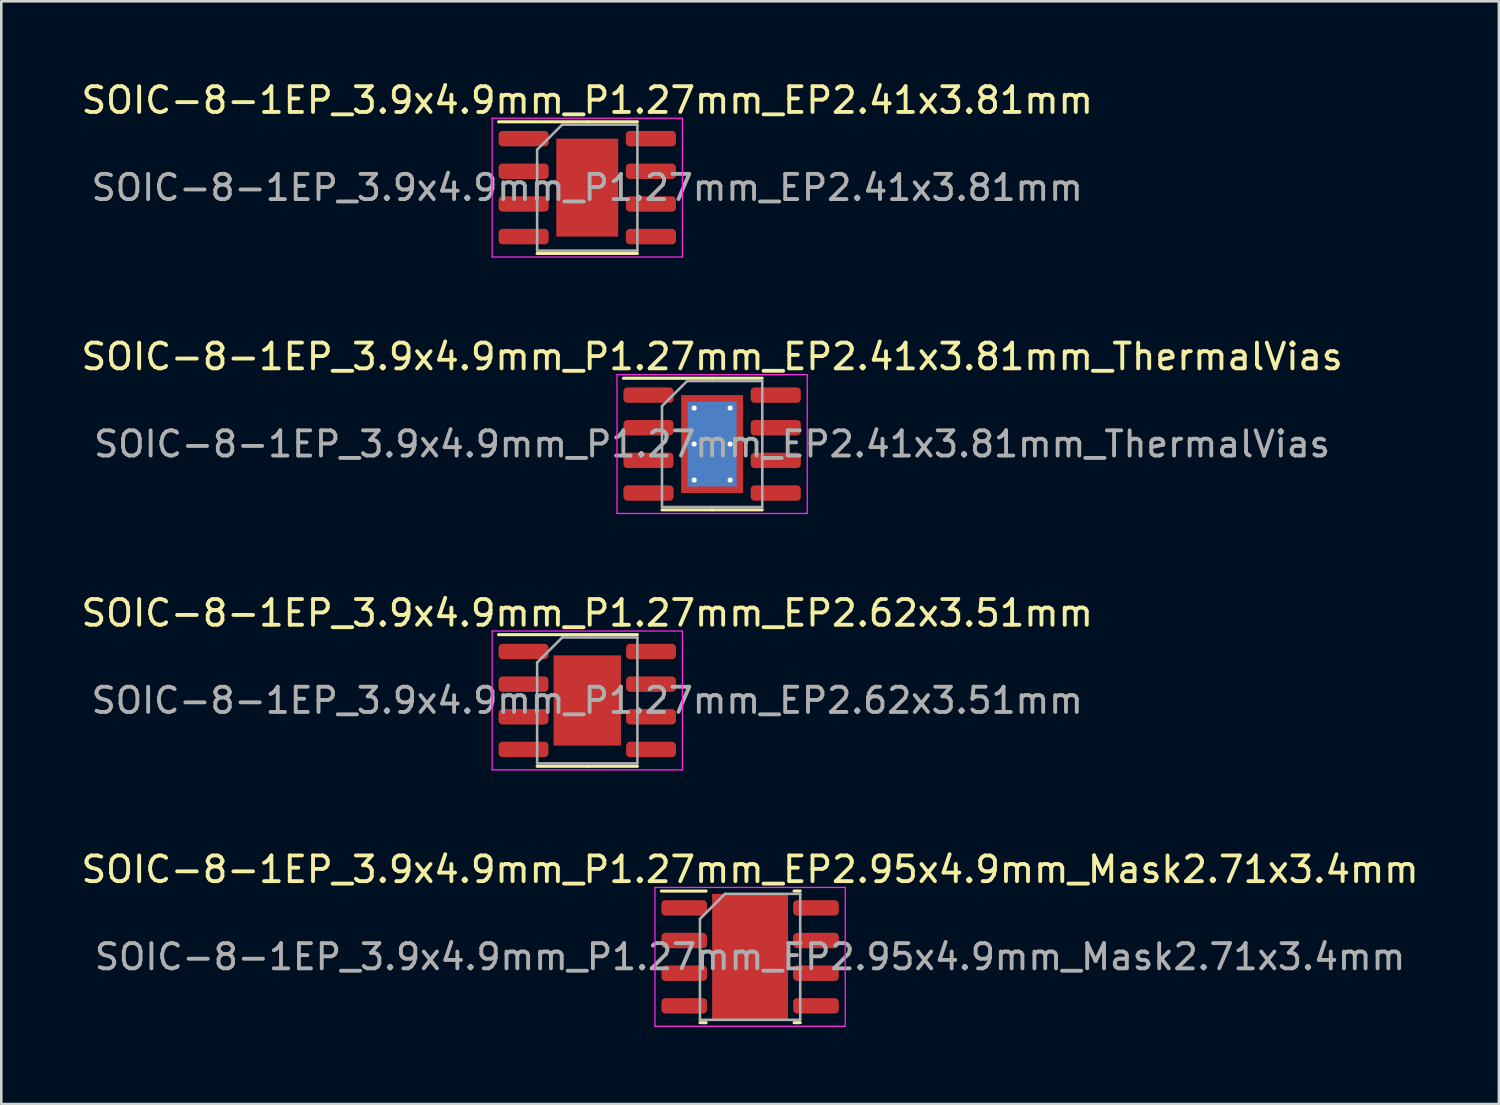
<source format=kicad_pcb>
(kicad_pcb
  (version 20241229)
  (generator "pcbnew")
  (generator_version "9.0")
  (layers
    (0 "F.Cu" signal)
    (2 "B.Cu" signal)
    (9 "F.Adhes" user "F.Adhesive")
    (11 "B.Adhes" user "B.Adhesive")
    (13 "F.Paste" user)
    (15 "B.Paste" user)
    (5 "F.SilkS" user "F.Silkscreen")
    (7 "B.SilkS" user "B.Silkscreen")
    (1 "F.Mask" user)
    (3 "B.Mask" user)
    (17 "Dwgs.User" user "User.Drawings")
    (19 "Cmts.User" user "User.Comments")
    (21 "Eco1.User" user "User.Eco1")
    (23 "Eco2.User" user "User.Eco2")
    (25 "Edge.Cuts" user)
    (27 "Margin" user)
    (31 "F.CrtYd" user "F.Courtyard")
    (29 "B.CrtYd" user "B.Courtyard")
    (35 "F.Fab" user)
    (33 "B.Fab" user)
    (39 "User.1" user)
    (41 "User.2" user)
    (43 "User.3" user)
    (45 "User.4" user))
  (footprint "SOIC-8-1EP_3.9x4.9mm_P1.27mm_EP2.41x3.81mm"
    (layer "F.Cu")
    (at 19.792 4.248)
    (property "Reference" "SOIC-8-1EP_3.9x4.9mm_P1.27mm_EP2.41x3.81mm" (at 0 -3.4 0) (layer "F.SilkS") (effects (font (size 1 1) (thickness 0.15))))
    (attr smd)
    (fp_line (start 0 -2.56) (end -3.45 -2.56) (stroke (width 0.12) (type solid)) (layer "F.SilkS"))
    (fp_line (start 0 -2.56) (end 1.95 -2.56) (stroke (width 0.12) (type solid)) (layer "F.SilkS"))
    (fp_line (start 0 2.56) (end -1.95 2.56) (stroke (width 0.12) (type solid)) (layer "F.SilkS"))
    (fp_line (start 0 2.56) (end 1.95 2.56) (stroke (width 0.12) (type solid)) (layer "F.SilkS"))
    (fp_line (start -3.7 -2.7) (end -3.7 2.7) (stroke (width 0.05) (type solid)) (layer "F.CrtYd"))
    (fp_line (start -3.7 2.7) (end 3.7 2.7) (stroke (width 0.05) (type solid)) (layer "F.CrtYd"))
    (fp_line (start 3.7 -2.7) (end -3.7 -2.7) (stroke (width 0.05) (type solid)) (layer "F.CrtYd"))
    (fp_line (start 3.7 2.7) (end 3.7 -2.7) (stroke (width 0.05) (type solid)) (layer "F.CrtYd"))
    (fp_line (start -1.95 -1.475) (end -0.975 -2.45) (stroke (width 0.1) (type solid)) (layer "F.Fab"))
    (fp_line (start -1.95 2.45) (end -1.95 -1.475) (stroke (width 0.1) (type solid)) (layer "F.Fab"))
    (fp_line (start -0.975 -2.45) (end 1.95 -2.45) (stroke (width 0.1) (type solid)) (layer "F.Fab"))
    (fp_line (start 1.95 -2.45) (end 1.95 2.45) (stroke (width 0.1) (type solid)) (layer "F.Fab"))
    (fp_line (start 1.95 2.45) (end -1.95 2.45) (stroke (width 0.1) (type solid)) (layer "F.Fab"))
    (fp_text user "${REFERENCE}" (at 0 0 0) (layer "F.Fab") (effects (font (size 0.98 0.98) (thickness 0.15))))
    (pad "" smd roundrect (at -0.6 -0.95) (size 0.97 1.54) (layers "F.Paste") (roundrect_rratio 0.25))
    (pad "" smd roundrect (at -0.6 0.95) (size 0.97 1.54) (layers "F.Paste") (roundrect_rratio 0.25))
    (pad "" smd roundrect (at 0.6 -0.95) (size 0.97 1.54) (layers "F.Paste") (roundrect_rratio 0.25))
    (pad "" smd roundrect (at 0.6 0.95) (size 0.97 1.54) (layers "F.Paste") (roundrect_rratio 0.25))
    (pad "1" smd roundrect (at -2.475 -1.905) (size 1.95 0.6) (layers "F.Cu" "F.Mask" "F.Paste") (roundrect_rratio 0.25))
    (pad "2" smd roundrect (at -2.475 -0.635) (size 1.95 0.6) (layers "F.Cu" "F.Mask" "F.Paste") (roundrect_rratio 0.25))
    (pad "3" smd roundrect (at -2.475 0.635) (size 1.95 0.6) (layers "F.Cu" "F.Mask" "F.Paste") (roundrect_rratio 0.25))
    (pad "4" smd roundrect (at -2.475 1.905) (size 1.95 0.6) (layers "F.Cu" "F.Mask" "F.Paste") (roundrect_rratio 0.25))
    (pad "5" smd roundrect (at 2.475 1.905) (size 1.95 0.6) (layers "F.Cu" "F.Mask" "F.Paste") (roundrect_rratio 0.25))
    (pad "6" smd roundrect (at 2.475 0.635) (size 1.95 0.6) (layers "F.Cu" "F.Mask" "F.Paste") (roundrect_rratio 0.25))
    (pad "7" smd roundrect (at 2.475 -0.635) (size 1.95 0.6) (layers "F.Cu" "F.Mask" "F.Paste") (roundrect_rratio 0.25))
    (pad "8" smd roundrect (at 2.475 -1.905) (size 1.95 0.6) (layers "F.Cu" "F.Mask" "F.Paste") (roundrect_rratio 0.25))
    (pad "9" smd rect (at 0 0) (size 2.41 3.81) (layers "F.Cu" "F.Mask")))
  (footprint "SOIC-8-1EP_3.9x4.9mm_P1.27mm_EP2.41x3.81mm_ThermalVias"
    (layer "F.Cu")
    (at 24.649 14.222)
    (property "Reference" "SOIC-8-1EP_3.9x4.9mm_P1.27mm_EP2.41x3.81mm_ThermalVias" (at 0 -3.4 0) (layer "F.SilkS") (effects (font (size 1 1) (thickness 0.15))))
    (attr smd)
    (fp_line (start 0 -2.56) (end -3.45 -2.56) (stroke (width 0.12) (type solid)) (layer "F.SilkS"))
    (fp_line (start 0 -2.56) (end 1.95 -2.56) (stroke (width 0.12) (type solid)) (layer "F.SilkS"))
    (fp_line (start 0 2.56) (end -1.95 2.56) (stroke (width 0.12) (type solid)) (layer "F.SilkS"))
    (fp_line (start 0 2.56) (end 1.95 2.56) (stroke (width 0.12) (type solid)) (layer "F.SilkS"))
    (fp_line (start -3.7 -2.7) (end -3.7 2.7) (stroke (width 0.05) (type solid)) (layer "F.CrtYd"))
    (fp_line (start -3.7 2.7) (end 3.7 2.7) (stroke (width 0.05) (type solid)) (layer "F.CrtYd"))
    (fp_line (start 3.7 -2.7) (end -3.7 -2.7) (stroke (width 0.05) (type solid)) (layer "F.CrtYd"))
    (fp_line (start 3.7 2.7) (end 3.7 -2.7) (stroke (width 0.05) (type solid)) (layer "F.CrtYd"))
    (fp_line (start -1.95 -1.475) (end -0.975 -2.45) (stroke (width 0.1) (type solid)) (layer "F.Fab"))
    (fp_line (start -1.95 2.45) (end -1.95 -1.475) (stroke (width 0.1) (type solid)) (layer "F.Fab"))
    (fp_line (start -0.975 -2.45) (end 1.95 -2.45) (stroke (width 0.1) (type solid)) (layer "F.Fab"))
    (fp_line (start 1.95 -2.45) (end 1.95 2.45) (stroke (width 0.1) (type solid)) (layer "F.Fab"))
    (fp_line (start 1.95 2.45) (end -1.95 2.45) (stroke (width 0.1) (type solid)) (layer "F.Fab"))
    (fp_text user "${REFERENCE}" (at 0 0 0) (layer "F.Fab") (effects (font (size 0.98 0.98) (thickness 0.15))))
    (pad "" smd roundrect (at -0.6 -0.95) (size 1.01 1.59) (layers "F.Paste") (roundrect_rratio 0.248))
    (pad "" smd roundrect (at -0.6 0.95) (size 1.01 1.59) (layers "F.Paste") (roundrect_rratio 0.248))
    (pad "" smd roundrect (at 0.6 -0.95) (size 1.01 1.59) (layers "F.Paste") (roundrect_rratio 0.248))
    (pad "" smd roundrect (at 0.6 0.95) (size 1.01 1.59) (layers "F.Paste") (roundrect_rratio 0.248))
    (pad "1" smd roundrect (at -2.475 -1.905) (size 1.95 0.6) (layers "F.Cu" "F.Mask" "F.Paste") (roundrect_rratio 0.25))
    (pad "2" smd roundrect (at -2.475 -0.635) (size 1.95 0.6) (layers "F.Cu" "F.Mask" "F.Paste") (roundrect_rratio 0.25))
    (pad "3" smd roundrect (at -2.475 0.635) (size 1.95 0.6) (layers "F.Cu" "F.Mask" "F.Paste") (roundrect_rratio 0.25))
    (pad "4" smd roundrect (at -2.475 1.905) (size 1.95 0.6) (layers "F.Cu" "F.Mask" "F.Paste") (roundrect_rratio 0.25))
    (pad "5" smd roundrect (at 2.475 1.905) (size 1.95 0.6) (layers "F.Cu" "F.Mask" "F.Paste") (roundrect_rratio 0.25))
    (pad "6" smd roundrect (at 2.475 0.635) (size 1.95 0.6) (layers "F.Cu" "F.Mask" "F.Paste") (roundrect_rratio 0.25))
    (pad "7" smd roundrect (at 2.475 -0.635) (size 1.95 0.6) (layers "F.Cu" "F.Mask" "F.Paste") (roundrect_rratio 0.25))
    (pad "8" smd roundrect (at 2.475 -1.905) (size 1.95 0.6) (layers "F.Cu" "F.Mask" "F.Paste") (roundrect_rratio 0.25))
    (pad "9" thru_hole circle (at -0.7 -1.4) (size 0.5 0.5) (drill 0.2) (layers "*.Cu"))
    (pad "9" thru_hole circle (at -0.7 0) (size 0.5 0.5) (drill 0.2) (layers "*.Cu"))
    (pad "9" thru_hole circle (at -0.7 1.4) (size 0.5 0.5) (drill 0.2) (layers "*.Cu"))
    (pad "9" smd rect (at 0 0) (size 1.9 3.3) (layers "B.Cu"))
    (pad "9" smd rect (at 0 0) (size 2.41 3.81) (layers "F.Cu" "F.Mask"))
    (pad "9" thru_hole circle (at 0.7 -1.4) (size 0.5 0.5) (drill 0.2) (layers "*.Cu"))
    (pad "9" thru_hole circle (at 0.7 0) (size 0.5 0.5) (drill 0.2) (layers "*.Cu"))
    (pad "9" thru_hole circle (at 0.7 1.4) (size 0.5 0.5) (drill 0.2) (layers "*.Cu")))
  (footprint "SOIC-8-1EP_3.9x4.9mm_P1.27mm_EP2.62x3.51mm"
    (layer "F.Cu")
    (at 19.792 24.195)
    (property "Reference" "SOIC-8-1EP_3.9x4.9mm_P1.27mm_EP2.62x3.51mm" (at 0 -3.4 0) (layer "F.SilkS") (effects (font (size 1 1) (thickness 0.15))))
    (attr smd)
    (fp_line (start 0 -2.56) (end -3.45 -2.56) (stroke (width 0.12) (type solid)) (layer "F.SilkS"))
    (fp_line (start 0 -2.56) (end 1.95 -2.56) (stroke (width 0.12) (type solid)) (layer "F.SilkS"))
    (fp_line (start 0 2.56) (end -1.95 2.56) (stroke (width 0.12) (type solid)) (layer "F.SilkS"))
    (fp_line (start 0 2.56) (end 1.95 2.56) (stroke (width 0.12) (type solid)) (layer "F.SilkS"))
    (fp_line (start -3.7 -2.7) (end -3.7 2.7) (stroke (width 0.05) (type solid)) (layer "F.CrtYd"))
    (fp_line (start -3.7 2.7) (end 3.7 2.7) (stroke (width 0.05) (type solid)) (layer "F.CrtYd"))
    (fp_line (start 3.7 -2.7) (end -3.7 -2.7) (stroke (width 0.05) (type solid)) (layer "F.CrtYd"))
    (fp_line (start 3.7 2.7) (end 3.7 -2.7) (stroke (width 0.05) (type solid)) (layer "F.CrtYd"))
    (fp_line (start -1.95 -1.475) (end -0.975 -2.45) (stroke (width 0.1) (type solid)) (layer "F.Fab"))
    (fp_line (start -1.95 2.45) (end -1.95 -1.475) (stroke (width 0.1) (type solid)) (layer "F.Fab"))
    (fp_line (start -0.975 -2.45) (end 1.95 -2.45) (stroke (width 0.1) (type solid)) (layer "F.Fab"))
    (fp_line (start 1.95 -2.45) (end 1.95 2.45) (stroke (width 0.1) (type solid)) (layer "F.Fab"))
    (fp_line (start 1.95 2.45) (end -1.95 2.45) (stroke (width 0.1) (type solid)) (layer "F.Fab"))
    (fp_text user "${REFERENCE}" (at 0 0 0) (layer "F.Fab") (effects (font (size 0.98 0.98) (thickness 0.15))))
    (pad "" smd roundrect (at -0.655 -0.875) (size 1.06 1.41) (layers "F.Paste") (roundrect_rratio 0.236))
    (pad "" smd roundrect (at -0.655 0.875) (size 1.06 1.41) (layers "F.Paste") (roundrect_rratio 0.236))
    (pad "" smd roundrect (at 0.655 -0.875) (size 1.06 1.41) (layers "F.Paste") (roundrect_rratio 0.236))
    (pad "" smd roundrect (at 0.655 0.875) (size 1.06 1.41) (layers "F.Paste") (roundrect_rratio 0.236))
    (pad "1" smd roundrect (at -2.48 -1.905) (size 1.94 0.6) (layers "F.Cu" "F.Mask" "F.Paste") (roundrect_rratio 0.25))
    (pad "2" smd roundrect (at -2.48 -0.635) (size 1.94 0.6) (layers "F.Cu" "F.Mask" "F.Paste") (roundrect_rratio 0.25))
    (pad "3" smd roundrect (at -2.48 0.635) (size 1.94 0.6) (layers "F.Cu" "F.Mask" "F.Paste") (roundrect_rratio 0.25))
    (pad "4" smd roundrect (at -2.48 1.905) (size 1.94 0.6) (layers "F.Cu" "F.Mask" "F.Paste") (roundrect_rratio 0.25))
    (pad "5" smd roundrect (at 2.48 1.905) (size 1.94 0.6) (layers "F.Cu" "F.Mask" "F.Paste") (roundrect_rratio 0.25))
    (pad "6" smd roundrect (at 2.48 0.635) (size 1.94 0.6) (layers "F.Cu" "F.Mask" "F.Paste") (roundrect_rratio 0.25))
    (pad "7" smd roundrect (at 2.48 -0.635) (size 1.94 0.6) (layers "F.Cu" "F.Mask" "F.Paste") (roundrect_rratio 0.25))
    (pad "8" smd roundrect (at 2.48 -1.905) (size 1.94 0.6) (layers "F.Cu" "F.Mask" "F.Paste") (roundrect_rratio 0.25))
    (pad "9" smd rect (at 0 0) (size 2.62 3.51) (layers "F.Cu" "F.Mask")))
  (footprint "SOIC-8-1EP_3.9x4.9mm_P1.27mm_EP2.95x4.9mm_Mask2.71x3.4mm"
    (layer "F.Cu")
    (at 26.125 34.168)
    (property "Reference" "SOIC-8-1EP_3.9x4.9mm_P1.27mm_EP2.95x4.9mm_Mask2.71x3.4mm" (at 0 -3.4 0) (layer "F.SilkS") (effects (font (size 1 1) (thickness 0.15))))
    (attr smd)
    (fp_line (start -1.711 -2.56) (end -3.45 -2.56) (stroke (width 0.12) (type solid)) (layer "F.SilkS"))
    (fp_line (start -1.711 2.56) (end -1.95 2.56) (stroke (width 0.12) (type solid)) (layer "F.SilkS"))
    (fp_line (start 1.711 -2.56) (end 1.95 -2.56) (stroke (width 0.12) (type solid)) (layer "F.SilkS"))
    (fp_line (start 1.711 2.56) (end 1.95 2.56) (stroke (width 0.12) (type solid)) (layer "F.SilkS"))
    (fp_line (start -3.7 -2.7) (end -3.7 2.7) (stroke (width 0.05) (type solid)) (layer "F.CrtYd"))
    (fp_line (start -3.7 2.7) (end 3.7 2.7) (stroke (width 0.05) (type solid)) (layer "F.CrtYd"))
    (fp_line (start 3.7 -2.7) (end -3.7 -2.7) (stroke (width 0.05) (type solid)) (layer "F.CrtYd"))
    (fp_line (start 3.7 2.7) (end 3.7 -2.7) (stroke (width 0.05) (type solid)) (layer "F.CrtYd"))
    (fp_line (start -1.95 -1.475) (end -0.975 -2.45) (stroke (width 0.1) (type solid)) (layer "F.Fab"))
    (fp_line (start -1.95 2.45) (end -1.95 -1.475) (stroke (width 0.1) (type solid)) (layer "F.Fab"))
    (fp_line (start -0.975 -2.45) (end 1.95 -2.45) (stroke (width 0.1) (type solid)) (layer "F.Fab"))
    (fp_line (start 1.95 -2.45) (end 1.95 2.45) (stroke (width 0.1) (type solid)) (layer "F.Fab"))
    (fp_line (start 1.95 2.45) (end -1.95 2.45) (stroke (width 0.1) (type solid)) (layer "F.Fab"))
    (fp_text user "${REFERENCE}" (at 0 0 0) (layer "F.Fab") (effects (font (size 0.98 0.98) (thickness 0.15))))
    (pad "" smd roundrect (at -0.68 -0.85) (size 1.09 1.37) (layers "F.Paste") (roundrect_rratio 0.229))
    (pad "" smd roundrect (at -0.68 0.85) (size 1.09 1.37) (layers "F.Paste") (roundrect_rratio 0.229))
    (pad "" smd rect (at 0 0) (size 2.71 3.4) (layers "F.Mask"))
    (pad "" smd roundrect (at 0.68 -0.85) (size 1.09 1.37) (layers "F.Paste") (roundrect_rratio 0.229))
    (pad "" smd roundrect (at 0.68 0.85) (size 1.09 1.37) (layers "F.Paste") (roundrect_rratio 0.229))
    (pad "1" smd roundrect (at -2.562 -1.905) (size 1.775 0.6) (layers "F.Cu" "F.Mask" "F.Paste") (roundrect_rratio 0.25))
    (pad "2" smd roundrect (at -2.562 -0.635) (size 1.775 0.6) (layers "F.Cu" "F.Mask" "F.Paste") (roundrect_rratio 0.25))
    (pad "3" smd roundrect (at -2.562 0.635) (size 1.775 0.6) (layers "F.Cu" "F.Mask" "F.Paste") (roundrect_rratio 0.25))
    (pad "4" smd roundrect (at -2.562 1.905) (size 1.775 0.6) (layers "F.Cu" "F.Mask" "F.Paste") (roundrect_rratio 0.25))
    (pad "5" smd roundrect (at 2.562 1.905) (size 1.775 0.6) (layers "F.Cu" "F.Mask" "F.Paste") (roundrect_rratio 0.25))
    (pad "6" smd roundrect (at 2.562 0.635) (size 1.775 0.6) (layers "F.Cu" "F.Mask" "F.Paste") (roundrect_rratio 0.25))
    (pad "7" smd roundrect (at 2.562 -0.635) (size 1.775 0.6) (layers "F.Cu" "F.Mask" "F.Paste") (roundrect_rratio 0.25))
    (pad "8" smd roundrect (at 2.562 -1.905) (size 1.775 0.6) (layers "F.Cu" "F.Mask" "F.Paste") (roundrect_rratio 0.25))
    (pad "9" smd rect (at 0 0) (size 2.95 4.9) (layers "F.Cu")))
  (gr_rect
    (start -3 -3)
    (end 55.25 39.893)
    (stroke (width 0.1) (type default))
    (fill no)
    (layer "Edge.Cuts")))
</source>
